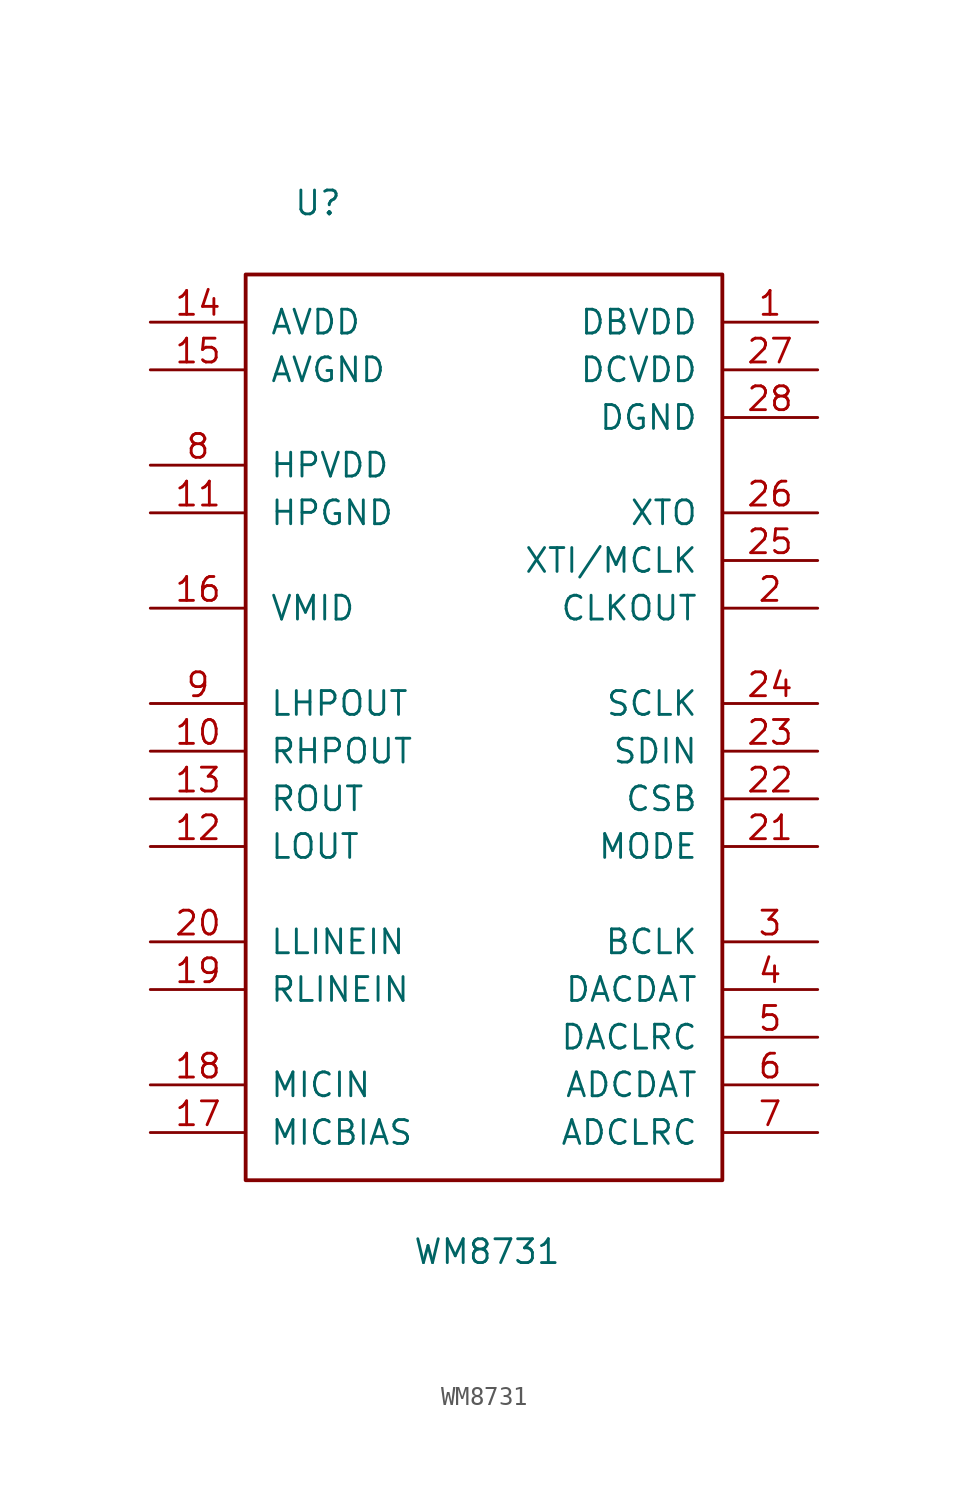
<source format=kicad_sym>
(kicad_symbol_lib
  (version 20241209)
  (generator "kicad_symbol_editor")
  (generator_version "9.0")
  (symbol "WM8731"
    (pin_names
      (offset 1.27))
    (property "Reference" "U"
      (at -10.16 27.94 0)
      (effects (font (size 1.27 1.27)) (justify left)))
    (property "Value" "WM8731"
      (at -3.81 -27.94 0)
      (effects (font (size 1.27 1.27)) (justify left)))
    (symbol "WM8731_1_0"
      (rectangle (start -12.7 24.13) (end 12.7 -24.13) (stroke (width 0.203) (type solid)) (fill (type none)))
      (pin power_in line (at -17.78 21.59 0) (length 5.08) (name "AVDD" (effects (font (size 1.27 1.27)))) (number "14" (effects (font (size 1.27 1.27)))))
      (pin power_in line (at -17.78 19.05 0) (length 5.08) (name "AVGND" (effects (font (size 1.27 1.27)))) (number "15" (effects (font (size 1.27 1.27)))))
      (pin power_in line (at -17.78 13.97 0) (length 5.08) (name "HPVDD" (effects (font (size 1.27 1.27)))) (number "8" (effects (font (size 1.27 1.27)))))
      (pin power_in line (at -17.78 11.43 0) (length 5.08) (name "HPGND" (effects (font (size 1.27 1.27)))) (number "11" (effects (font (size 1.27 1.27)))))
      (pin output line (at -17.78 6.35 0) (length 5.08) (name "VMID" (effects (font (size 1.27 1.27)))) (number "16" (effects (font (size 1.27 1.27)))))
      (pin output line (at -17.78 1.27 0) (length 5.08) (name "LHPOUT" (effects (font (size 1.27 1.27)))) (number "9" (effects (font (size 1.27 1.27)))))
      (pin output line (at -17.78 -1.27 0) (length 5.08) (name "RHPOUT" (effects (font (size 1.27 1.27)))) (number "10" (effects (font (size 1.27 1.27)))))
      (pin output line (at -17.78 -3.81 0) (length 5.08) (name "ROUT" (effects (font (size 1.27 1.27)))) (number "13" (effects (font (size 1.27 1.27)))))
      (pin output line (at -17.78 -6.35 0) (length 5.08) (name "LOUT" (effects (font (size 1.27 1.27)))) (number "12" (effects (font (size 1.27 1.27)))))
      (pin input line (at -17.78 -11.43 0) (length 5.08) (name "LLINEIN" (effects (font (size 1.27 1.27)))) (number "20" (effects (font (size 1.27 1.27)))))
      (pin input line (at -17.78 -13.97 0) (length 5.08) (name "RLINEIN" (effects (font (size 1.27 1.27)))) (number "19" (effects (font (size 1.27 1.27)))))
      (pin output line (at -17.78 -19.05 0) (length 5.08) (name "MICIN" (effects (font (size 1.27 1.27)))) (number "18" (effects (font (size 1.27 1.27)))))
      (pin unspecified line (at -17.78 -21.59 0) (length 5.08) (name "MICBIAS" (effects (font (size 1.27 1.27)))) (number "17" (effects (font (size 1.27 1.27)))))
      (pin power_in line (at 17.78 21.59 180) (length 5.08) (name "DBVDD" (effects (font (size 1.27 1.27)))) (number "1" (effects (font (size 1.27 1.27)))))
      (pin power_in line (at 17.78 19.05 180) (length 5.08) (name "DCVDD" (effects (font (size 1.27 1.27)))) (number "27" (effects (font (size 1.27 1.27)))))
      (pin power_in line (at 17.78 16.51 180) (length 5.08) (name "DGND" (effects (font (size 1.27 1.27)))) (number "28" (effects (font (size 1.27 1.27)))))
      (pin output line (at 17.78 11.43 180) (length 5.08) (name "XTO" (effects (font (size 1.27 1.27)))) (number "26" (effects (font (size 1.27 1.27)))))
      (pin input line (at 17.78 8.89 180) (length 5.08) (name "XTI/MCLK" (effects (font (size 1.27 1.27)))) (number "25" (effects (font (size 1.27 1.27)))))
      (pin output line (at 17.78 6.35 180) (length 5.08) (name "CLKOUT" (effects (font (size 1.27 1.27)))) (number "2" (effects (font (size 1.27 1.27)))))
      (pin input line (at 17.78 1.27 180) (length 5.08) (name "SCLK" (effects (font (size 1.27 1.27)))) (number "24" (effects (font (size 1.27 1.27)))))
      (pin unspecified line (at 17.78 -1.27 180) (length 5.08) (name "SDIN" (effects (font (size 1.27 1.27)))) (number "23" (effects (font (size 1.27 1.27)))))
      (pin input line (at 17.78 -3.81 180) (length 5.08) (name "CSB" (effects (font (size 1.27 1.27)))) (number "22" (effects (font (size 1.27 1.27)))))
      (pin input line (at 17.78 -6.35 180) (length 5.08) (name "MODE" (effects (font (size 1.27 1.27)))) (number "21" (effects (font (size 1.27 1.27)))))
      (pin unspecified line (at 17.78 -11.43 180) (length 5.08) (name "BCLK" (effects (font (size 1.27 1.27)))) (number "3" (effects (font (size 1.27 1.27)))))
      (pin input line (at 17.78 -13.97 180) (length 5.08) (name "DACDAT" (effects (font (size 1.27 1.27)))) (number "4" (effects (font (size 1.27 1.27)))))
      (pin unspecified line (at 17.78 -16.51 180) (length 5.08) (name "DACLRC" (effects (font (size 1.27 1.27)))) (number "5" (effects (font (size 1.27 1.27)))))
      (pin output line (at 17.78 -19.05 180) (length 5.08) (name "ADCDAT" (effects (font (size 1.27 1.27)))) (number "6" (effects (font (size 1.27 1.27)))))
      (pin unspecified line (at 17.78 -21.59 180) (length 5.08) (name "ADCLRC" (effects (font (size 1.27 1.27)))) (number "7" (effects (font (size 1.27 1.27))))))))
</source>
